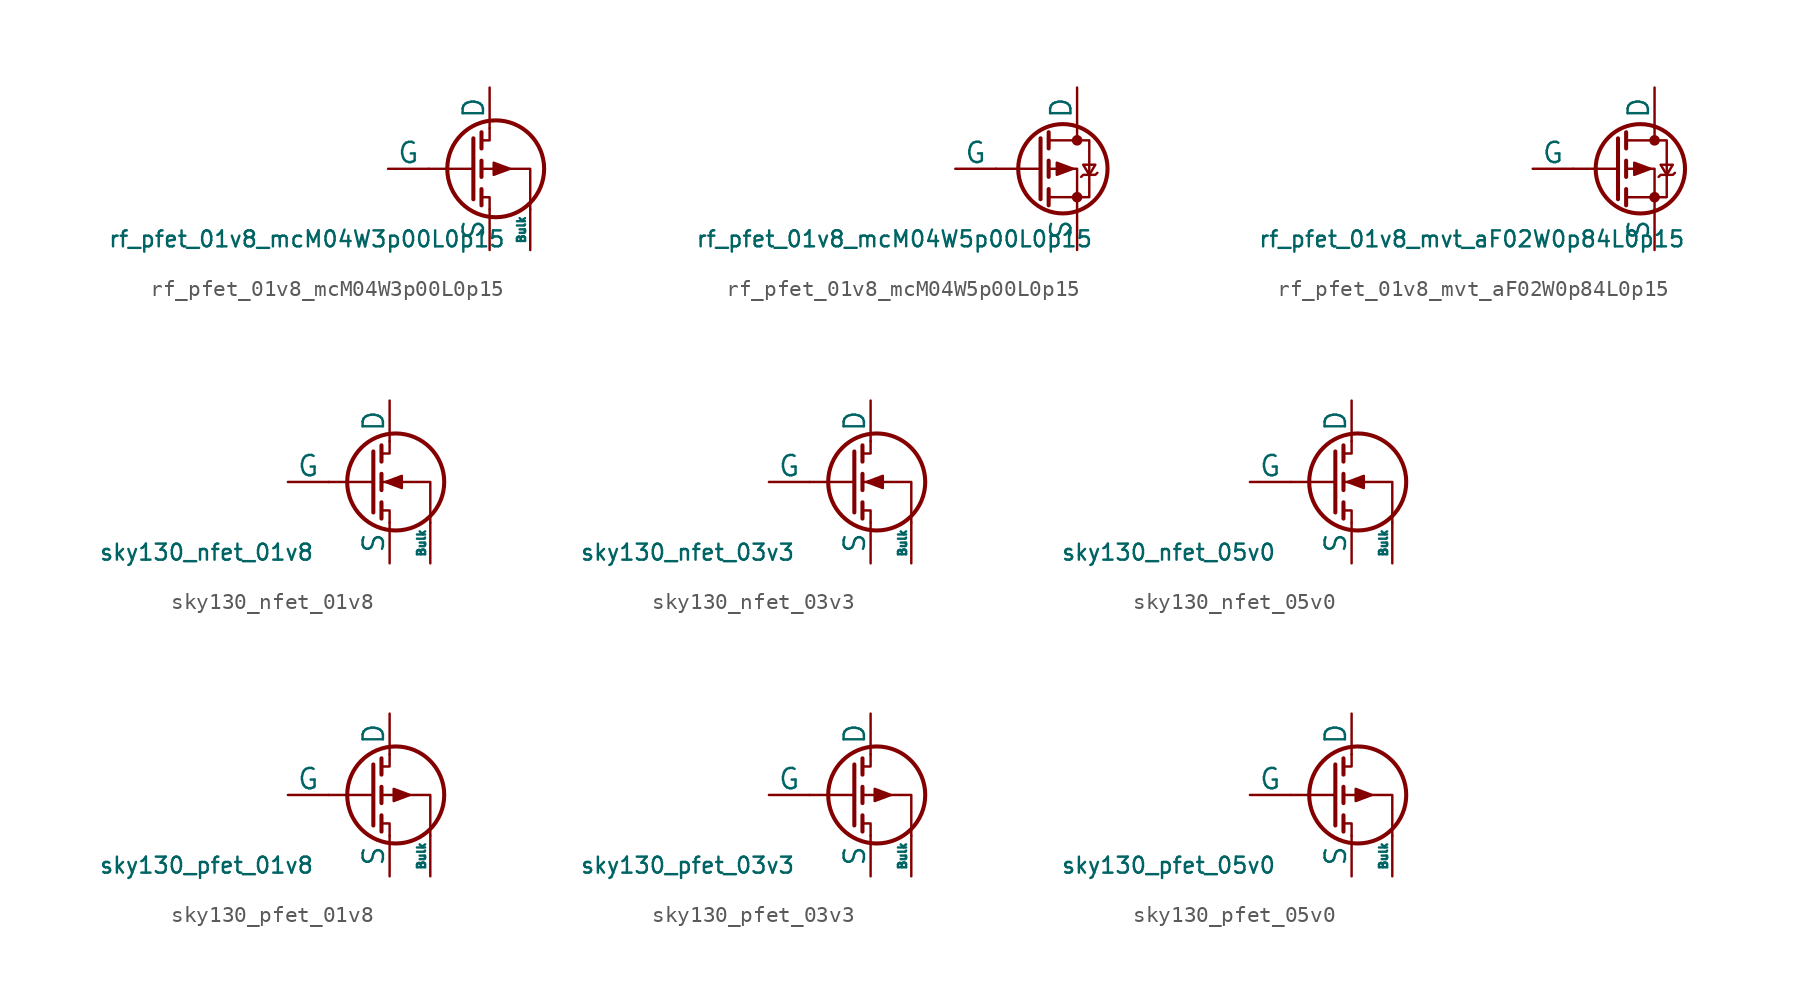
<source format=kicad_sym>
(kicad_symbol_lib
  (version 20211014)
  (generator pdk2kicad)
  (symbol "rf_pfet_01v8_mcM04W3p00L0p15"
    (pin_numbers hide)
    (pin_names
      (offset 0))
    (property "Reference" "Q"
      (at 0 0 0)
      (effects (font (size 1 1)) hide))
    (property "Value" "rf_pfet_01v8_mcM04W3p00L0p15"
      (at -8.89 -3.81 0)
      (effects (font (size 1 1)) (justify top)))
    (polyline
      (pts (xy 1.524 0) (xy -1.27 0))
      (stroke (width 0) (type default))
      (fill (type none)))
    (polyline
      (pts (xy 1.524 1.905) (xy 1.524 -1.905))
      (stroke (width 0.254) (type default))
      (fill (type none)))
    (polyline
      (pts (xy 2.032 -1.27) (xy 2.032 -2.286))
      (stroke (width 0.254) (type default))
      (fill (type none)))
    (polyline
      (pts (xy 2.032 0.508) (xy 2.032 -0.508))
      (stroke (width 0.254) (type default))
      (fill (type none)))
    (polyline
      (pts (xy 2.032 2.286) (xy 2.032 1.27))
      (stroke (width 0.254) (type default))
      (fill (type none)))
    (polyline
      (pts (xy 2.032 1.778) (xy 2.54 1.778) (xy 2.54 2.54))
      (stroke (width 0) (type default))
      (fill (type none)))
    (polyline
      (pts (xy 2.54 -2.54) (xy 2.54 -1.778) (xy 2.032 -1.778))
      (stroke (width 0) (type default))
      (fill (type none)))
    (polyline
      (pts (xy 5.08 -2.54) (xy 5.08 0) (xy 2.032 0))
      (stroke (width 0) (type default))
      (fill (type none)))
    (polyline
      (pts (xy 3.81 0) (xy 2.794 0.381) (xy 2.794 -0.381) (xy 3.81 0))
      (stroke (width 0) (type default))
      (fill (type outline)))
    (circle
      (center 2.921 0)
      (radius 3.029)
      (stroke (width 0.254) (type default))
      (fill (type none)))
    (pin passive line
      (at 2.54 5.08 270)
      (length 2.54)
      (name "D" (effects (font (size 1.27 1.27))))
      (number "2" (effects (font (size 1.27 1.27)))))
    (pin input line
      (at -3.81 0 0)
      (length 2.54)
      (name "G" (effects (font (size 1.27 1.27))))
      (number "3" (effects (font (size 1.27 1.27)))))
    (pin passive line
      (at 2.54 -5.08 90)
      (length 2.54)
      (name "S" (effects (font (size 1.27 1.27))))
      (number "4" (effects (font (size 1.27 1.27)))))
    (pin input line
      (at 5.08 -5.08 90)
      (length 2.54)
      (name "Bulk" (effects (font (size 0.508 0.508))))
      (number "1" (effects (font (size 1.27 1.27))))))
  (symbol "rf_pfet_01v8_mcM04W5p00L0p15"
    (pin_numbers hide)
    (pin_names
      (offset 0))
    (property "Reference" "Q"
      (at 0 0 0)
      (effects (font (size 1 1)) hide))
    (property "Value" "rf_pfet_01v8_mcM04W5p00L0p15"
      (at -8.89 -3.81 0)
      (effects (font (size 1 1)) (justify top)))
    (polyline
      (pts (xy 0.254 0) (xy -2.54 0))
      (stroke (width 0) (type default))
      (fill (type none)))
    (polyline
      (pts (xy 0.254 1.905) (xy 0.254 -1.905))
      (stroke (width 0.254) (type default))
      (fill (type none)))
    (polyline
      (pts (xy 0.762 -1.27) (xy 0.762 -2.286))
      (stroke (width 0.254) (type default))
      (fill (type none)))
    (polyline
      (pts (xy 0.762 0.508) (xy 0.762 -0.508))
      (stroke (width 0.254) (type default))
      (fill (type none)))
    (polyline
      (pts (xy 0.762 2.286) (xy 0.762 1.27))
      (stroke (width 0.254) (type default))
      (fill (type none)))
    (polyline
      (pts (xy 2.54 2.54) (xy 2.54 1.778))
      (stroke (width 0) (type default))
      (fill (type none)))
    (polyline
      (pts (xy 2.54 -2.54) (xy 2.54 0) (xy 0.762 0))
      (stroke (width 0) (type default))
      (fill (type none)))
    (polyline
      (pts (xy 0.762 1.778) (xy 3.302 1.778) (xy 3.302 -1.778) (xy 0.762 -1.778))
      (stroke (width 0) (type default))
      (fill (type none)))
    (polyline
      (pts (xy 2.286 0) (xy 1.27 0.381) (xy 1.27 -0.381) (xy 2.286 0))
      (stroke (width 0) (type default))
      (fill (type outline)))
    (polyline
      (pts (xy 2.794 -0.508) (xy 2.921 -0.381) (xy 3.683 -0.381) (xy 3.81 -0.254))
      (stroke (width 0) (type default))
      (fill (type none)))
    (polyline
      (pts (xy 3.302 -0.381) (xy 2.921 0.254) (xy 3.683 0.254) (xy 3.302 -0.381))
      (stroke (width 0) (type default))
      (fill (type none)))
    (circle
      (center 1.651 0)
      (radius 2.794)
      (stroke (width 0.254) (type default))
      (fill (type none)))
    (circle
      (center 2.54 -1.778)
      (radius 0.254)
      (stroke (width 0) (type default))
      (fill (type outline)))
    (circle
      (center 2.54 1.778)
      (radius 0.254)
      (stroke (width 0) (type default))
      (fill (type outline)))
    (pin passive line
      (at 2.54 5.08 270)
      (length 2.54)
      (name "D" (effects (font (size 1.27 1.27))))
      (number "1" (effects (font (size 1.27 1.27)))))
    (pin input line
      (at -5.08 0 0)
      (length 2.54)
      (name "G" (effects (font (size 1.27 1.27))))
      (number "2" (effects (font (size 1.27 1.27)))))
    (pin passive line
      (at 2.54 -5.08 90)
      (length 2.54)
      (name "S" (effects (font (size 1.27 1.27))))
      (number "3" (effects (font (size 1.27 1.27))))))
  (symbol "rf_pfet_01v8_mvt_aF02W0p84L0p15"
    (pin_numbers hide)
    (pin_names
      (offset 0))
    (property "Reference" "Q"
      (at 0 0 0)
      (effects (font (size 1 1)) hide))
    (property "Value" "rf_pfet_01v8_mvt_aF02W0p84L0p15"
      (at -8.89 -3.81 0)
      (effects (font (size 1 1)) (justify top)))
    (polyline
      (pts (xy 0.254 0) (xy -2.54 0))
      (stroke (width 0) (type default))
      (fill (type none)))
    (polyline
      (pts (xy 0.254 1.905) (xy 0.254 -1.905))
      (stroke (width 0.254) (type default))
      (fill (type none)))
    (polyline
      (pts (xy 0.762 -1.27) (xy 0.762 -2.286))
      (stroke (width 0.254) (type default))
      (fill (type none)))
    (polyline
      (pts (xy 0.762 0.508) (xy 0.762 -0.508))
      (stroke (width 0.254) (type default))
      (fill (type none)))
    (polyline
      (pts (xy 0.762 2.286) (xy 0.762 1.27))
      (stroke (width 0.254) (type default))
      (fill (type none)))
    (polyline
      (pts (xy 2.54 2.54) (xy 2.54 1.778))
      (stroke (width 0) (type default))
      (fill (type none)))
    (polyline
      (pts (xy 2.54 -2.54) (xy 2.54 0) (xy 0.762 0))
      (stroke (width 0) (type default))
      (fill (type none)))
    (polyline
      (pts (xy 0.762 1.778) (xy 3.302 1.778) (xy 3.302 -1.778) (xy 0.762 -1.778))
      (stroke (width 0) (type default))
      (fill (type none)))
    (polyline
      (pts (xy 2.286 0) (xy 1.27 0.381) (xy 1.27 -0.381) (xy 2.286 0))
      (stroke (width 0) (type default))
      (fill (type outline)))
    (polyline
      (pts (xy 2.794 -0.508) (xy 2.921 -0.381) (xy 3.683 -0.381) (xy 3.81 -0.254))
      (stroke (width 0) (type default))
      (fill (type none)))
    (polyline
      (pts (xy 3.302 -0.381) (xy 2.921 0.254) (xy 3.683 0.254) (xy 3.302 -0.381))
      (stroke (width 0) (type default))
      (fill (type none)))
    (circle
      (center 1.651 0)
      (radius 2.794)
      (stroke (width 0.254) (type default))
      (fill (type none)))
    (circle
      (center 2.54 -1.778)
      (radius 0.254)
      (stroke (width 0) (type default))
      (fill (type outline)))
    (circle
      (center 2.54 1.778)
      (radius 0.254)
      (stroke (width 0) (type default))
      (fill (type outline)))
    (pin passive line
      (at 2.54 5.08 270)
      (length 2.54)
      (name "D" (effects (font (size 1.27 1.27))))
      (number "1" (effects (font (size 1.27 1.27)))))
    (pin input line
      (at -5.08 0 0)
      (length 2.54)
      (name "G" (effects (font (size 1.27 1.27))))
      (number "2" (effects (font (size 1.27 1.27)))))
    (pin passive line
      (at 2.54 -5.08 90)
      (length 2.54)
      (name "S" (effects (font (size 1.27 1.27))))
      (number "3" (effects (font (size 1.27 1.27))))))
  (symbol "sky130_nfet_01v8"
    (pin_numbers hide)
    (pin_names
      (offset 0))
    (property "Reference" "Q"
      (at 0 0 0)
      (effects (font (size 1 1)) hide))
    (property "Value" "sky130_nfet_01v8"
      (at -8.89 -3.81 0)
      (effects (font (size 1 1)) (justify top)))
    (polyline
      (pts (xy 1.524 0) (xy -1.27 0))
      (stroke (width 0) (type default))
      (fill (type none)))
    (polyline
      (pts (xy 1.524 1.905) (xy 1.524 -1.905))
      (stroke (width 0.254) (type default))
      (fill (type none)))
    (polyline
      (pts (xy 2.032 -1.27) (xy 2.032 -2.286))
      (stroke (width 0.254) (type default))
      (fill (type none)))
    (polyline
      (pts (xy 2.032 0.508) (xy 2.032 -0.508))
      (stroke (width 0.254) (type default))
      (fill (type none)))
    (polyline
      (pts (xy 2.032 2.286) (xy 2.032 1.27))
      (stroke (width 0.254) (type default))
      (fill (type none)))
    (polyline
      (pts (xy 2.032 1.778) (xy 2.54 1.778) (xy 2.54 2.54))
      (stroke (width 0) (type default))
      (fill (type none)))
    (polyline
      (pts (xy 2.54 -2.54) (xy 2.54 -1.778) (xy 2.032 -1.778))
      (stroke (width 0) (type default))
      (fill (type none)))
    (polyline
      (pts (xy 5.08 -2.54) (xy 5.08 0) (xy 2.032 0))
      (stroke (width 0) (type default))
      (fill (type none)))
    (polyline
      (pts (xy 2.286 0) (xy 3.302 0.381) (xy 3.302 -0.381) (xy 2.286 0))
      (stroke (width 0) (type default))
      (fill (type outline)))
    (circle
      (center 2.921 0)
      (radius 3.029)
      (stroke (width 0.254) (type default))
      (fill (type none)))
    (pin passive line
      (at 2.54 5.08 270)
      (length 2.54)
      (name "D" (effects (font (size 1.27 1.27))))
      (number "0" (effects (font (size 1.27 1.27)))))
    (pin input line
      (at -3.81 0 0)
      (length 2.54)
      (name "G" (effects (font (size 1.27 1.27))))
      (number "1" (effects (font (size 1.27 1.27)))))
    (pin passive line
      (at 2.54 -5.08 90)
      (length 2.54)
      (name "S" (effects (font (size 1.27 1.27))))
      (number "2" (effects (font (size 1.27 1.27)))))
    (pin input line
      (at 5.08 -5.08 90)
      (length 2.54)
      (name "Bulk" (effects (font (size 0.508 0.508))))
      (number "3" (effects (font (size 1.27 1.27))))))
  (symbol "sky130_nfet_03v3"
    (pin_numbers hide)
    (pin_names
      (offset 0))
    (property "Reference" "Q"
      (at 0 0 0)
      (effects (font (size 1 1)) hide))
    (property "Value" "sky130_nfet_03v3"
      (at -8.89 -3.81 0)
      (effects (font (size 1 1)) (justify top)))
    (polyline
      (pts (xy 1.524 0) (xy -1.27 0))
      (stroke (width 0) (type default))
      (fill (type none)))
    (polyline
      (pts (xy 1.524 1.905) (xy 1.524 -1.905))
      (stroke (width 0.254) (type default))
      (fill (type none)))
    (polyline
      (pts (xy 2.032 -1.27) (xy 2.032 -2.286))
      (stroke (width 0.254) (type default))
      (fill (type none)))
    (polyline
      (pts (xy 2.032 0.508) (xy 2.032 -0.508))
      (stroke (width 0.254) (type default))
      (fill (type none)))
    (polyline
      (pts (xy 2.032 2.286) (xy 2.032 1.27))
      (stroke (width 0.254) (type default))
      (fill (type none)))
    (polyline
      (pts (xy 2.032 1.778) (xy 2.54 1.778) (xy 2.54 2.54))
      (stroke (width 0) (type default))
      (fill (type none)))
    (polyline
      (pts (xy 2.54 -2.54) (xy 2.54 -1.778) (xy 2.032 -1.778))
      (stroke (width 0) (type default))
      (fill (type none)))
    (polyline
      (pts (xy 5.08 -2.54) (xy 5.08 0) (xy 2.032 0))
      (stroke (width 0) (type default))
      (fill (type none)))
    (polyline
      (pts (xy 2.286 0) (xy 3.302 0.381) (xy 3.302 -0.381) (xy 2.286 0))
      (stroke (width 0) (type default))
      (fill (type outline)))
    (circle
      (center 2.921 0)
      (radius 3.029)
      (stroke (width 0.254) (type default))
      (fill (type none)))
    (pin passive line
      (at 2.54 5.08 270)
      (length 2.54)
      (name "D" (effects (font (size 1.27 1.27))))
      (number "0" (effects (font (size 1.27 1.27)))))
    (pin input line
      (at -3.81 0 0)
      (length 2.54)
      (name "G" (effects (font (size 1.27 1.27))))
      (number "1" (effects (font (size 1.27 1.27)))))
    (pin passive line
      (at 2.54 -5.08 90)
      (length 2.54)
      (name "S" (effects (font (size 1.27 1.27))))
      (number "2" (effects (font (size 1.27 1.27)))))
    (pin input line
      (at 5.08 -5.08 90)
      (length 2.54)
      (name "Bulk" (effects (font (size 0.508 0.508))))
      (number "3" (effects (font (size 1.27 1.27))))))
  (symbol "sky130_nfet_05v0"
    (pin_numbers hide)
    (pin_names
      (offset 0))
    (property "Reference" "Q"
      (at 0 0 0)
      (effects (font (size 1 1)) hide))
    (property "Value" "sky130_nfet_05v0"
      (at -8.89 -3.81 0)
      (effects (font (size 1 1)) (justify top)))
    (polyline
      (pts (xy 1.524 0) (xy -1.27 0))
      (stroke (width 0) (type default))
      (fill (type none)))
    (polyline
      (pts (xy 1.524 1.905) (xy 1.524 -1.905))
      (stroke (width 0.254) (type default))
      (fill (type none)))
    (polyline
      (pts (xy 2.032 -1.27) (xy 2.032 -2.286))
      (stroke (width 0.254) (type default))
      (fill (type none)))
    (polyline
      (pts (xy 2.032 0.508) (xy 2.032 -0.508))
      (stroke (width 0.254) (type default))
      (fill (type none)))
    (polyline
      (pts (xy 2.032 2.286) (xy 2.032 1.27))
      (stroke (width 0.254) (type default))
      (fill (type none)))
    (polyline
      (pts (xy 2.032 1.778) (xy 2.54 1.778) (xy 2.54 2.54))
      (stroke (width 0) (type default))
      (fill (type none)))
    (polyline
      (pts (xy 2.54 -2.54) (xy 2.54 -1.778) (xy 2.032 -1.778))
      (stroke (width 0) (type default))
      (fill (type none)))
    (polyline
      (pts (xy 5.08 -2.54) (xy 5.08 0) (xy 2.032 0))
      (stroke (width 0) (type default))
      (fill (type none)))
    (polyline
      (pts (xy 2.286 0) (xy 3.302 0.381) (xy 3.302 -0.381) (xy 2.286 0))
      (stroke (width 0) (type default))
      (fill (type outline)))
    (circle
      (center 2.921 0)
      (radius 3.029)
      (stroke (width 0.254) (type default))
      (fill (type none)))
    (pin passive line
      (at 2.54 5.08 270)
      (length 2.54)
      (name "D" (effects (font (size 1.27 1.27))))
      (number "0" (effects (font (size 1.27 1.27)))))
    (pin input line
      (at -3.81 0 0)
      (length 2.54)
      (name "G" (effects (font (size 1.27 1.27))))
      (number "1" (effects (font (size 1.27 1.27)))))
    (pin passive line
      (at 2.54 -5.08 90)
      (length 2.54)
      (name "S" (effects (font (size 1.27 1.27))))
      (number "2" (effects (font (size 1.27 1.27)))))
    (pin input line
      (at 5.08 -5.08 90)
      (length 2.54)
      (name "Bulk" (effects (font (size 0.508 0.508))))
      (number "3" (effects (font (size 1.27 1.27))))))
  (symbol "sky130_pfet_01v8"
    (pin_numbers hide)
    (pin_names
      (offset 0))
    (property "Reference" "Q"
      (at 0 0 0)
      (effects (font (size 1 1)) hide))
    (property "Value" "sky130_pfet_01v8"
      (at -8.89 -3.81 0)
      (effects (font (size 1 1)) (justify top)))
    (polyline
      (pts (xy 1.524 0) (xy -1.27 0))
      (stroke (width 0) (type default))
      (fill (type none)))
    (polyline
      (pts (xy 1.524 1.905) (xy 1.524 -1.905))
      (stroke (width 0.254) (type default))
      (fill (type none)))
    (polyline
      (pts (xy 2.032 -1.27) (xy 2.032 -2.286))
      (stroke (width 0.254) (type default))
      (fill (type none)))
    (polyline
      (pts (xy 2.032 0.508) (xy 2.032 -0.508))
      (stroke (width 0.254) (type default))
      (fill (type none)))
    (polyline
      (pts (xy 2.032 2.286) (xy 2.032 1.27))
      (stroke (width 0.254) (type default))
      (fill (type none)))
    (polyline
      (pts (xy 2.032 1.778) (xy 2.54 1.778) (xy 2.54 2.54))
      (stroke (width 0) (type default))
      (fill (type none)))
    (polyline
      (pts (xy 2.54 -2.54) (xy 2.54 -1.778) (xy 2.032 -1.778))
      (stroke (width 0) (type default))
      (fill (type none)))
    (polyline
      (pts (xy 5.08 -2.54) (xy 5.08 0) (xy 2.032 0))
      (stroke (width 0) (type default))
      (fill (type none)))
    (polyline
      (pts (xy 3.81 0) (xy 2.794 0.381) (xy 2.794 -0.381) (xy 3.81 0))
      (stroke (width 0) (type default))
      (fill (type outline)))
    (circle
      (center 2.921 0)
      (radius 3.029)
      (stroke (width 0.254) (type default))
      (fill (type none)))
    (pin passive line
      (at 2.54 5.08 270)
      (length 2.54)
      (name "D" (effects (font (size 1.27 1.27))))
      (number "0" (effects (font (size 1.27 1.27)))))
    (pin input line
      (at -3.81 0 0)
      (length 2.54)
      (name "G" (effects (font (size 1.27 1.27))))
      (number "1" (effects (font (size 1.27 1.27)))))
    (pin passive line
      (at 2.54 -5.08 90)
      (length 2.54)
      (name "S" (effects (font (size 1.27 1.27))))
      (number "2" (effects (font (size 1.27 1.27)))))
    (pin input line
      (at 5.08 -5.08 90)
      (length 2.54)
      (name "Bulk" (effects (font (size 0.508 0.508))))
      (number "3" (effects (font (size 1.27 1.27))))))
  (symbol "sky130_pfet_03v3"
    (pin_numbers hide)
    (pin_names
      (offset 0))
    (property "Reference" "Q"
      (at 0 0 0)
      (effects (font (size 1 1)) hide))
    (property "Value" "sky130_pfet_03v3"
      (at -8.89 -3.81 0)
      (effects (font (size 1 1)) (justify top)))
    (polyline
      (pts (xy 1.524 0) (xy -1.27 0))
      (stroke (width 0) (type default))
      (fill (type none)))
    (polyline
      (pts (xy 1.524 1.905) (xy 1.524 -1.905))
      (stroke (width 0.254) (type default))
      (fill (type none)))
    (polyline
      (pts (xy 2.032 -1.27) (xy 2.032 -2.286))
      (stroke (width 0.254) (type default))
      (fill (type none)))
    (polyline
      (pts (xy 2.032 0.508) (xy 2.032 -0.508))
      (stroke (width 0.254) (type default))
      (fill (type none)))
    (polyline
      (pts (xy 2.032 2.286) (xy 2.032 1.27))
      (stroke (width 0.254) (type default))
      (fill (type none)))
    (polyline
      (pts (xy 2.032 1.778) (xy 2.54 1.778) (xy 2.54 2.54))
      (stroke (width 0) (type default))
      (fill (type none)))
    (polyline
      (pts (xy 2.54 -2.54) (xy 2.54 -1.778) (xy 2.032 -1.778))
      (stroke (width 0) (type default))
      (fill (type none)))
    (polyline
      (pts (xy 5.08 -2.54) (xy 5.08 0) (xy 2.032 0))
      (stroke (width 0) (type default))
      (fill (type none)))
    (polyline
      (pts (xy 3.81 0) (xy 2.794 0.381) (xy 2.794 -0.381) (xy 3.81 0))
      (stroke (width 0) (type default))
      (fill (type outline)))
    (circle
      (center 2.921 0)
      (radius 3.029)
      (stroke (width 0.254) (type default))
      (fill (type none)))
    (pin passive line
      (at 2.54 5.08 270)
      (length 2.54)
      (name "D" (effects (font (size 1.27 1.27))))
      (number "0" (effects (font (size 1.27 1.27)))))
    (pin input line
      (at -3.81 0 0)
      (length 2.54)
      (name "G" (effects (font (size 1.27 1.27))))
      (number "1" (effects (font (size 1.27 1.27)))))
    (pin passive line
      (at 2.54 -5.08 90)
      (length 2.54)
      (name "S" (effects (font (size 1.27 1.27))))
      (number "2" (effects (font (size 1.27 1.27)))))
    (pin input line
      (at 5.08 -5.08 90)
      (length 2.54)
      (name "Bulk" (effects (font (size 0.508 0.508))))
      (number "3" (effects (font (size 1.27 1.27))))))
  (symbol "sky130_pfet_05v0"
    (pin_numbers hide)
    (pin_names
      (offset 0))
    (property "Reference" "Q"
      (at 0 0 0)
      (effects (font (size 1 1)) hide))
    (property "Value" "sky130_pfet_05v0"
      (at -8.89 -3.81 0)
      (effects (font (size 1 1)) (justify top)))
    (polyline
      (pts (xy 1.524 0) (xy -1.27 0))
      (stroke (width 0) (type default))
      (fill (type none)))
    (polyline
      (pts (xy 1.524 1.905) (xy 1.524 -1.905))
      (stroke (width 0.254) (type default))
      (fill (type none)))
    (polyline
      (pts (xy 2.032 -1.27) (xy 2.032 -2.286))
      (stroke (width 0.254) (type default))
      (fill (type none)))
    (polyline
      (pts (xy 2.032 0.508) (xy 2.032 -0.508))
      (stroke (width 0.254) (type default))
      (fill (type none)))
    (polyline
      (pts (xy 2.032 2.286) (xy 2.032 1.27))
      (stroke (width 0.254) (type default))
      (fill (type none)))
    (polyline
      (pts (xy 2.032 1.778) (xy 2.54 1.778) (xy 2.54 2.54))
      (stroke (width 0) (type default))
      (fill (type none)))
    (polyline
      (pts (xy 2.54 -2.54) (xy 2.54 -1.778) (xy 2.032 -1.778))
      (stroke (width 0) (type default))
      (fill (type none)))
    (polyline
      (pts (xy 5.08 -2.54) (xy 5.08 0) (xy 2.032 0))
      (stroke (width 0) (type default))
      (fill (type none)))
    (polyline
      (pts (xy 3.81 0) (xy 2.794 0.381) (xy 2.794 -0.381) (xy 3.81 0))
      (stroke (width 0) (type default))
      (fill (type outline)))
    (circle
      (center 2.921 0)
      (radius 3.029)
      (stroke (width 0.254) (type default))
      (fill (type none)))
    (pin passive line
      (at 2.54 5.08 270)
      (length 2.54)
      (name "D" (effects (font (size 1.27 1.27))))
      (number "0" (effects (font (size 1.27 1.27)))))
    (pin input line
      (at -3.81 0 0)
      (length 2.54)
      (name "G" (effects (font (size 1.27 1.27))))
      (number "1" (effects (font (size 1.27 1.27)))))
    (pin passive line
      (at 2.54 -5.08 90)
      (length 2.54)
      (name "S" (effects (font (size 1.27 1.27))))
      (number "2" (effects (font (size 1.27 1.27)))))
    (pin input line
      (at 5.08 -5.08 90)
      (length 2.54)
      (name "Bulk" (effects (font (size 0.508 0.508))))
      (number "3" (effects (font (size 1.27 1.27)))))))
</source>
